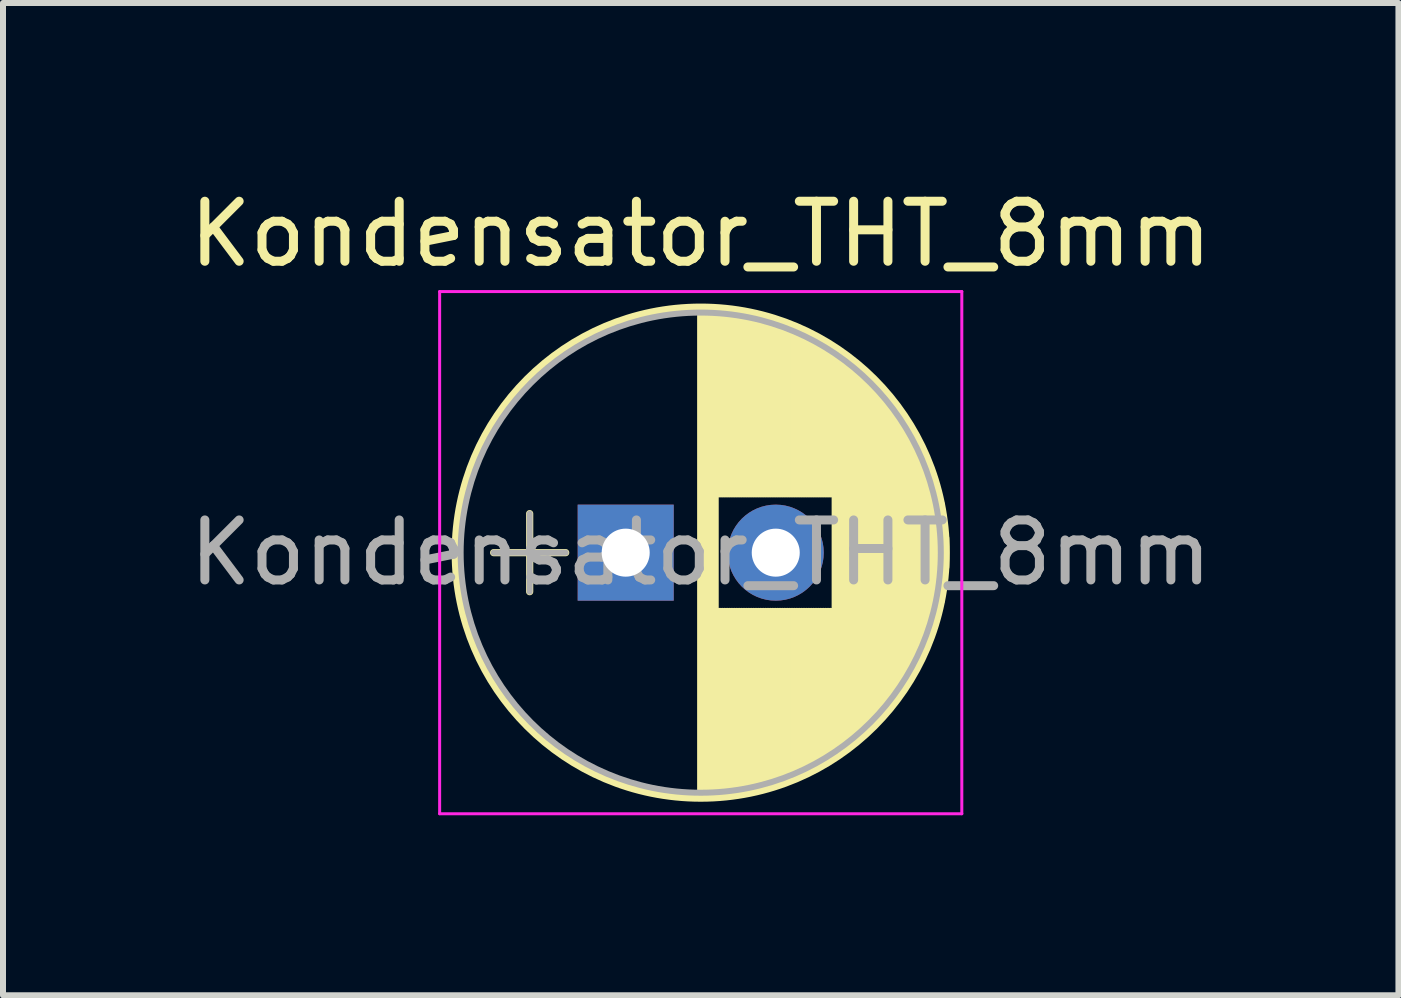
<source format=kicad_pcb>
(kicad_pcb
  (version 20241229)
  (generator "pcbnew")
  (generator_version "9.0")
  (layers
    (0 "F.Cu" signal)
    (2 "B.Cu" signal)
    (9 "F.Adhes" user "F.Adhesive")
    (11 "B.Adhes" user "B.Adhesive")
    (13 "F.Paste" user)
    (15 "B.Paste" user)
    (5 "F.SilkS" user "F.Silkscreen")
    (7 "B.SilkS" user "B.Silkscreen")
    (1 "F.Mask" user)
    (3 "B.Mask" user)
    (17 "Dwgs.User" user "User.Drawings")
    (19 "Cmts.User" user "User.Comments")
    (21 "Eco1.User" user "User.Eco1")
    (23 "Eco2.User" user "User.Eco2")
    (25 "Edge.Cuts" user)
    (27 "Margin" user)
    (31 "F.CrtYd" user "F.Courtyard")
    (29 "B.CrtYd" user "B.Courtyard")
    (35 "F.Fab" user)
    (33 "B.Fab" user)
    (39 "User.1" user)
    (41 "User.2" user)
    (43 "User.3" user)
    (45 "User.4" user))
  (footprint "Kondensator_THT_8mm"
    (layer "F.Cu")
    (at 7.375 6.158)
    (property "Reference" "Kondensator_THT_8mm" (at 1.25 -5.31 0) (layer "F.SilkS") (effects (font (size 1 1) (thickness 0.15))))
    (attr through_hole)
    (fp_line (start -2.2 0) (end -1 0) (stroke (width 0.12) (type solid)) (layer "F.SilkS"))
    (fp_line (start -1.6 -0.65) (end -1.6 0.65) (stroke (width 0.12) (type solid)) (layer "F.SilkS"))
    (fp_line (start 1.25 -4.05) (end 1.25 4.05) (stroke (width 0.12) (type solid)) (layer "F.SilkS"))
    (fp_line (start 1.29 -4.05) (end 1.29 4.05) (stroke (width 0.12) (type solid)) (layer "F.SilkS"))
    (fp_line (start 1.33 -4.05) (end 1.33 4.05) (stroke (width 0.12) (type solid)) (layer "F.SilkS"))
    (fp_line (start 1.37 -4.049) (end 1.37 4.049) (stroke (width 0.12) (type solid)) (layer "F.SilkS"))
    (fp_line (start 1.41 -4.047) (end 1.41 4.047) (stroke (width 0.12) (type solid)) (layer "F.SilkS"))
    (fp_line (start 1.45 -4.046) (end 1.45 4.046) (stroke (width 0.12) (type solid)) (layer "F.SilkS"))
    (fp_line (start 1.49 -4.043) (end 1.49 4.043) (stroke (width 0.12) (type solid)) (layer "F.SilkS"))
    (fp_line (start 1.53 -4.041) (end 1.53 -0.98) (stroke (width 0.12) (type solid)) (layer "F.SilkS"))
    (fp_line (start 1.53 0.98) (end 1.53 4.041) (stroke (width 0.12) (type solid)) (layer "F.SilkS"))
    (fp_line (start 1.57 -4.038) (end 1.57 -0.98) (stroke (width 0.12) (type solid)) (layer "F.SilkS"))
    (fp_line (start 1.57 0.98) (end 1.57 4.038) (stroke (width 0.12) (type solid)) (layer "F.SilkS"))
    (fp_line (start 1.61 -4.035) (end 1.61 -0.98) (stroke (width 0.12) (type solid)) (layer "F.SilkS"))
    (fp_line (start 1.61 0.98) (end 1.61 4.035) (stroke (width 0.12) (type solid)) (layer "F.SilkS"))
    (fp_line (start 1.65 -4.031) (end 1.65 -0.98) (stroke (width 0.12) (type solid)) (layer "F.SilkS"))
    (fp_line (start 1.65 0.98) (end 1.65 4.031) (stroke (width 0.12) (type solid)) (layer "F.SilkS"))
    (fp_line (start 1.69 -4.027) (end 1.69 -0.98) (stroke (width 0.12) (type solid)) (layer "F.SilkS"))
    (fp_line (start 1.69 0.98) (end 1.69 4.027) (stroke (width 0.12) (type solid)) (layer "F.SilkS"))
    (fp_line (start 1.73 -4.022) (end 1.73 -0.98) (stroke (width 0.12) (type solid)) (layer "F.SilkS"))
    (fp_line (start 1.73 0.98) (end 1.73 4.022) (stroke (width 0.12) (type solid)) (layer "F.SilkS"))
    (fp_line (start 1.77 -4.017) (end 1.77 -0.98) (stroke (width 0.12) (type solid)) (layer "F.SilkS"))
    (fp_line (start 1.77 0.98) (end 1.77 4.017) (stroke (width 0.12) (type solid)) (layer "F.SilkS"))
    (fp_line (start 1.81 -4.012) (end 1.81 -0.98) (stroke (width 0.12) (type solid)) (layer "F.SilkS"))
    (fp_line (start 1.81 0.98) (end 1.81 4.012) (stroke (width 0.12) (type solid)) (layer "F.SilkS"))
    (fp_line (start 1.85 -4.006) (end 1.85 -0.98) (stroke (width 0.12) (type solid)) (layer "F.SilkS"))
    (fp_line (start 1.85 0.98) (end 1.85 4.006) (stroke (width 0.12) (type solid)) (layer "F.SilkS"))
    (fp_line (start 1.89 -4) (end 1.89 -0.98) (stroke (width 0.12) (type solid)) (layer "F.SilkS"))
    (fp_line (start 1.89 0.98) (end 1.89 4) (stroke (width 0.12) (type solid)) (layer "F.SilkS"))
    (fp_line (start 1.93 -3.994) (end 1.93 -0.98) (stroke (width 0.12) (type solid)) (layer "F.SilkS"))
    (fp_line (start 1.93 0.98) (end 1.93 3.994) (stroke (width 0.12) (type solid)) (layer "F.SilkS"))
    (fp_line (start 1.971 -3.987) (end 1.971 -0.98) (stroke (width 0.12) (type solid)) (layer "F.SilkS"))
    (fp_line (start 1.971 0.98) (end 1.971 3.987) (stroke (width 0.12) (type solid)) (layer "F.SilkS"))
    (fp_line (start 2.011 -3.979) (end 2.011 -0.98) (stroke (width 0.12) (type solid)) (layer "F.SilkS"))
    (fp_line (start 2.011 0.98) (end 2.011 3.979) (stroke (width 0.12) (type solid)) (layer "F.SilkS"))
    (fp_line (start 2.051 -3.971) (end 2.051 -0.98) (stroke (width 0.12) (type solid)) (layer "F.SilkS"))
    (fp_line (start 2.051 0.98) (end 2.051 3.971) (stroke (width 0.12) (type solid)) (layer "F.SilkS"))
    (fp_line (start 2.091 -3.963) (end 2.091 -0.98) (stroke (width 0.12) (type solid)) (layer "F.SilkS"))
    (fp_line (start 2.091 0.98) (end 2.091 3.963) (stroke (width 0.12) (type solid)) (layer "F.SilkS"))
    (fp_line (start 2.131 -3.955) (end 2.131 -0.98) (stroke (width 0.12) (type solid)) (layer "F.SilkS"))
    (fp_line (start 2.131 0.98) (end 2.131 3.955) (stroke (width 0.12) (type solid)) (layer "F.SilkS"))
    (fp_line (start 2.171 -3.946) (end 2.171 -0.98) (stroke (width 0.12) (type solid)) (layer "F.SilkS"))
    (fp_line (start 2.171 0.98) (end 2.171 3.946) (stroke (width 0.12) (type solid)) (layer "F.SilkS"))
    (fp_line (start 2.211 -3.936) (end 2.211 -0.98) (stroke (width 0.12) (type solid)) (layer "F.SilkS"))
    (fp_line (start 2.211 0.98) (end 2.211 3.936) (stroke (width 0.12) (type solid)) (layer "F.SilkS"))
    (fp_line (start 2.251 -3.926) (end 2.251 -0.98) (stroke (width 0.12) (type solid)) (layer "F.SilkS"))
    (fp_line (start 2.251 0.98) (end 2.251 3.926) (stroke (width 0.12) (type solid)) (layer "F.SilkS"))
    (fp_line (start 2.291 -3.916) (end 2.291 -0.98) (stroke (width 0.12) (type solid)) (layer "F.SilkS"))
    (fp_line (start 2.291 0.98) (end 2.291 3.916) (stroke (width 0.12) (type solid)) (layer "F.SilkS"))
    (fp_line (start 2.331 -3.905) (end 2.331 -0.98) (stroke (width 0.12) (type solid)) (layer "F.SilkS"))
    (fp_line (start 2.331 0.98) (end 2.331 3.905) (stroke (width 0.12) (type solid)) (layer "F.SilkS"))
    (fp_line (start 2.371 -3.894) (end 2.371 -0.98) (stroke (width 0.12) (type solid)) (layer "F.SilkS"))
    (fp_line (start 2.371 0.98) (end 2.371 3.894) (stroke (width 0.12) (type solid)) (layer "F.SilkS"))
    (fp_line (start 2.411 -3.883) (end 2.411 -0.98) (stroke (width 0.12) (type solid)) (layer "F.SilkS"))
    (fp_line (start 2.411 0.98) (end 2.411 3.883) (stroke (width 0.12) (type solid)) (layer "F.SilkS"))
    (fp_line (start 2.451 -3.87) (end 2.451 -0.98) (stroke (width 0.12) (type solid)) (layer "F.SilkS"))
    (fp_line (start 2.451 0.98) (end 2.451 3.87) (stroke (width 0.12) (type solid)) (layer "F.SilkS"))
    (fp_line (start 2.491 -3.858) (end 2.491 -0.98) (stroke (width 0.12) (type solid)) (layer "F.SilkS"))
    (fp_line (start 2.491 0.98) (end 2.491 3.858) (stroke (width 0.12) (type solid)) (layer "F.SilkS"))
    (fp_line (start 2.531 -3.845) (end 2.531 -0.98) (stroke (width 0.12) (type solid)) (layer "F.SilkS"))
    (fp_line (start 2.531 0.98) (end 2.531 3.845) (stroke (width 0.12) (type solid)) (layer "F.SilkS"))
    (fp_line (start 2.571 -3.832) (end 2.571 -0.98) (stroke (width 0.12) (type solid)) (layer "F.SilkS"))
    (fp_line (start 2.571 0.98) (end 2.571 3.832) (stroke (width 0.12) (type solid)) (layer "F.SilkS"))
    (fp_line (start 2.611 -3.818) (end 2.611 -0.98) (stroke (width 0.12) (type solid)) (layer "F.SilkS"))
    (fp_line (start 2.611 0.98) (end 2.611 3.818) (stroke (width 0.12) (type solid)) (layer "F.SilkS"))
    (fp_line (start 2.651 -3.803) (end 2.651 -0.98) (stroke (width 0.12) (type solid)) (layer "F.SilkS"))
    (fp_line (start 2.651 0.98) (end 2.651 3.803) (stroke (width 0.12) (type solid)) (layer "F.SilkS"))
    (fp_line (start 2.691 -3.789) (end 2.691 -0.98) (stroke (width 0.12) (type solid)) (layer "F.SilkS"))
    (fp_line (start 2.691 0.98) (end 2.691 3.789) (stroke (width 0.12) (type solid)) (layer "F.SilkS"))
    (fp_line (start 2.731 -3.773) (end 2.731 -0.98) (stroke (width 0.12) (type solid)) (layer "F.SilkS"))
    (fp_line (start 2.731 0.98) (end 2.731 3.773) (stroke (width 0.12) (type solid)) (layer "F.SilkS"))
    (fp_line (start 2.771 -3.758) (end 2.771 -0.98) (stroke (width 0.12) (type solid)) (layer "F.SilkS"))
    (fp_line (start 2.771 0.98) (end 2.771 3.758) (stroke (width 0.12) (type solid)) (layer "F.SilkS"))
    (fp_line (start 2.811 -3.741) (end 2.811 -0.98) (stroke (width 0.12) (type solid)) (layer "F.SilkS"))
    (fp_line (start 2.811 0.98) (end 2.811 3.741) (stroke (width 0.12) (type solid)) (layer "F.SilkS"))
    (fp_line (start 2.851 -3.725) (end 2.851 -0.98) (stroke (width 0.12) (type solid)) (layer "F.SilkS"))
    (fp_line (start 2.851 0.98) (end 2.851 3.725) (stroke (width 0.12) (type solid)) (layer "F.SilkS"))
    (fp_line (start 2.891 -3.707) (end 2.891 -0.98) (stroke (width 0.12) (type solid)) (layer "F.SilkS"))
    (fp_line (start 2.891 0.98) (end 2.891 3.707) (stroke (width 0.12) (type solid)) (layer "F.SilkS"))
    (fp_line (start 2.931 -3.69) (end 2.931 -0.98) (stroke (width 0.12) (type solid)) (layer "F.SilkS"))
    (fp_line (start 2.931 0.98) (end 2.931 3.69) (stroke (width 0.12) (type solid)) (layer "F.SilkS"))
    (fp_line (start 2.971 -3.671) (end 2.971 -0.98) (stroke (width 0.12) (type solid)) (layer "F.SilkS"))
    (fp_line (start 2.971 0.98) (end 2.971 3.671) (stroke (width 0.12) (type solid)) (layer "F.SilkS"))
    (fp_line (start 3.011 -3.652) (end 3.011 -0.98) (stroke (width 0.12) (type solid)) (layer "F.SilkS"))
    (fp_line (start 3.011 0.98) (end 3.011 3.652) (stroke (width 0.12) (type solid)) (layer "F.SilkS"))
    (fp_line (start 3.051 -3.633) (end 3.051 -0.98) (stroke (width 0.12) (type solid)) (layer "F.SilkS"))
    (fp_line (start 3.051 0.98) (end 3.051 3.633) (stroke (width 0.12) (type solid)) (layer "F.SilkS"))
    (fp_line (start 3.091 -3.613) (end 3.091 -0.98) (stroke (width 0.12) (type solid)) (layer "F.SilkS"))
    (fp_line (start 3.091 0.98) (end 3.091 3.613) (stroke (width 0.12) (type solid)) (layer "F.SilkS"))
    (fp_line (start 3.131 -3.593) (end 3.131 -0.98) (stroke (width 0.12) (type solid)) (layer "F.SilkS"))
    (fp_line (start 3.131 0.98) (end 3.131 3.593) (stroke (width 0.12) (type solid)) (layer "F.SilkS"))
    (fp_line (start 3.171 -3.572) (end 3.171 -0.98) (stroke (width 0.12) (type solid)) (layer "F.SilkS"))
    (fp_line (start 3.171 0.98) (end 3.171 3.572) (stroke (width 0.12) (type solid)) (layer "F.SilkS"))
    (fp_line (start 3.211 -3.55) (end 3.211 -0.98) (stroke (width 0.12) (type solid)) (layer "F.SilkS"))
    (fp_line (start 3.211 0.98) (end 3.211 3.55) (stroke (width 0.12) (type solid)) (layer "F.SilkS"))
    (fp_line (start 3.251 -3.528) (end 3.251 -0.98) (stroke (width 0.12) (type solid)) (layer "F.SilkS"))
    (fp_line (start 3.251 0.98) (end 3.251 3.528) (stroke (width 0.12) (type solid)) (layer "F.SilkS"))
    (fp_line (start 3.291 -3.505) (end 3.291 -0.98) (stroke (width 0.12) (type solid)) (layer "F.SilkS"))
    (fp_line (start 3.291 0.98) (end 3.291 3.505) (stroke (width 0.12) (type solid)) (layer "F.SilkS"))
    (fp_line (start 3.331 -3.482) (end 3.331 -0.98) (stroke (width 0.12) (type solid)) (layer "F.SilkS"))
    (fp_line (start 3.331 0.98) (end 3.331 3.482) (stroke (width 0.12) (type solid)) (layer "F.SilkS"))
    (fp_line (start 3.371 -3.458) (end 3.371 -0.98) (stroke (width 0.12) (type solid)) (layer "F.SilkS"))
    (fp_line (start 3.371 0.98) (end 3.371 3.458) (stroke (width 0.12) (type solid)) (layer "F.SilkS"))
    (fp_line (start 3.411 -3.434) (end 3.411 -0.98) (stroke (width 0.12) (type solid)) (layer "F.SilkS"))
    (fp_line (start 3.411 0.98) (end 3.411 3.434) (stroke (width 0.12) (type solid)) (layer "F.SilkS"))
    (fp_line (start 3.451 -3.408) (end 3.451 -0.98) (stroke (width 0.12) (type solid)) (layer "F.SilkS"))
    (fp_line (start 3.451 0.98) (end 3.451 3.408) (stroke (width 0.12) (type solid)) (layer "F.SilkS"))
    (fp_line (start 3.491 -3.383) (end 3.491 3.383) (stroke (width 0.12) (type solid)) (layer "F.SilkS"))
    (fp_line (start 3.531 -3.356) (end 3.531 3.356) (stroke (width 0.12) (type solid)) (layer "F.SilkS"))
    (fp_line (start 3.571 -3.329) (end 3.571 3.329) (stroke (width 0.12) (type solid)) (layer "F.SilkS"))
    (fp_line (start 3.611 -3.301) (end 3.611 3.301) (stroke (width 0.12) (type solid)) (layer "F.SilkS"))
    (fp_line (start 3.651 -3.272) (end 3.651 3.272) (stroke (width 0.12) (type solid)) (layer "F.SilkS"))
    (fp_line (start 3.691 -3.243) (end 3.691 3.243) (stroke (width 0.12) (type solid)) (layer "F.SilkS"))
    (fp_line (start 3.731 -3.213) (end 3.731 3.213) (stroke (width 0.12) (type solid)) (layer "F.SilkS"))
    (fp_line (start 3.771 -3.182) (end 3.771 3.182) (stroke (width 0.12) (type solid)) (layer "F.SilkS"))
    (fp_line (start 3.811 -3.15) (end 3.811 3.15) (stroke (width 0.12) (type solid)) (layer "F.SilkS"))
    (fp_line (start 3.851 -3.118) (end 3.851 3.118) (stroke (width 0.12) (type solid)) (layer "F.SilkS"))
    (fp_line (start 3.891 -3.084) (end 3.891 3.084) (stroke (width 0.12) (type solid)) (layer "F.SilkS"))
    (fp_line (start 3.931 -3.05) (end 3.931 3.05) (stroke (width 0.12) (type solid)) (layer "F.SilkS"))
    (fp_line (start 3.971 -3.015) (end 3.971 3.015) (stroke (width 0.12) (type solid)) (layer "F.SilkS"))
    (fp_line (start 4.011 -2.979) (end 4.011 2.979) (stroke (width 0.12) (type solid)) (layer "F.SilkS"))
    (fp_line (start 4.051 -2.942) (end 4.051 2.942) (stroke (width 0.12) (type solid)) (layer "F.SilkS"))
    (fp_line (start 4.091 -2.904) (end 4.091 2.904) (stroke (width 0.12) (type solid)) (layer "F.SilkS"))
    (fp_line (start 4.131 -2.865) (end 4.131 2.865) (stroke (width 0.12) (type solid)) (layer "F.SilkS"))
    (fp_line (start 4.171 -2.824) (end 4.171 2.824) (stroke (width 0.12) (type solid)) (layer "F.SilkS"))
    (fp_line (start 4.211 -2.783) (end 4.211 2.783) (stroke (width 0.12) (type solid)) (layer "F.SilkS"))
    (fp_line (start 4.251 -2.74) (end 4.251 2.74) (stroke (width 0.12) (type solid)) (layer "F.SilkS"))
    (fp_line (start 4.291 -2.697) (end 4.291 2.697) (stroke (width 0.12) (type solid)) (layer "F.SilkS"))
    (fp_line (start 4.331 -2.652) (end 4.331 2.652) (stroke (width 0.12) (type solid)) (layer "F.SilkS"))
    (fp_line (start 4.371 -2.605) (end 4.371 2.605) (stroke (width 0.12) (type solid)) (layer "F.SilkS"))
    (fp_line (start 4.411 -2.557) (end 4.411 2.557) (stroke (width 0.12) (type solid)) (layer "F.SilkS"))
    (fp_line (start 4.451 -2.508) (end 4.451 2.508) (stroke (width 0.12) (type solid)) (layer "F.SilkS"))
    (fp_line (start 4.491 -2.457) (end 4.491 2.457) (stroke (width 0.12) (type solid)) (layer "F.SilkS"))
    (fp_line (start 4.531 -2.404) (end 4.531 2.404) (stroke (width 0.12) (type solid)) (layer "F.SilkS"))
    (fp_line (start 4.571 -2.349) (end 4.571 2.349) (stroke (width 0.12) (type solid)) (layer "F.SilkS"))
    (fp_line (start 4.611 -2.293) (end 4.611 2.293) (stroke (width 0.12) (type solid)) (layer "F.SilkS"))
    (fp_line (start 4.651 -2.234) (end 4.651 2.234) (stroke (width 0.12) (type solid)) (layer "F.SilkS"))
    (fp_line (start 4.691 -2.173) (end 4.691 2.173) (stroke (width 0.12) (type solid)) (layer "F.SilkS"))
    (fp_line (start 4.731 -2.109) (end 4.731 2.109) (stroke (width 0.12) (type solid)) (layer "F.SilkS"))
    (fp_line (start 4.771 -2.043) (end 4.771 2.043) (stroke (width 0.12) (type solid)) (layer "F.SilkS"))
    (fp_line (start 4.811 -1.974) (end 4.811 1.974) (stroke (width 0.12) (type solid)) (layer "F.SilkS"))
    (fp_line (start 4.851 -1.902) (end 4.851 1.902) (stroke (width 0.12) (type solid)) (layer "F.SilkS"))
    (fp_line (start 4.891 -1.826) (end 4.891 1.826) (stroke (width 0.12) (type solid)) (layer "F.SilkS"))
    (fp_line (start 4.931 -1.745) (end 4.931 1.745) (stroke (width 0.12) (type solid)) (layer "F.SilkS"))
    (fp_line (start 4.971 -1.66) (end 4.971 1.66) (stroke (width 0.12) (type solid)) (layer "F.SilkS"))
    (fp_line (start 5.011 -1.57) (end 5.011 1.57) (stroke (width 0.12) (type solid)) (layer "F.SilkS"))
    (fp_line (start 5.051 -1.473) (end 5.051 1.473) (stroke (width 0.12) (type solid)) (layer "F.SilkS"))
    (fp_line (start 5.091 -1.369) (end 5.091 1.369) (stroke (width 0.12) (type solid)) (layer "F.SilkS"))
    (fp_line (start 5.131 -1.254) (end 5.131 1.254) (stroke (width 0.12) (type solid)) (layer "F.SilkS"))
    (fp_line (start 5.171 -1.127) (end 5.171 1.127) (stroke (width 0.12) (type solid)) (layer "F.SilkS"))
    (fp_line (start 5.211 -0.983) (end 5.211 0.983) (stroke (width 0.12) (type solid)) (layer "F.SilkS"))
    (fp_line (start 5.251 -0.814) (end 5.251 0.814) (stroke (width 0.12) (type solid)) (layer "F.SilkS"))
    (fp_line (start 5.291 -0.598) (end 5.291 0.598) (stroke (width 0.12) (type solid)) (layer "F.SilkS"))
    (fp_line (start 5.331 -0.246) (end 5.331 0.246) (stroke (width 0.12) (type solid)) (layer "F.SilkS"))
    (fp_circle (center 1.25 0) (end 5.34 0) (stroke (width 0.12) (type solid)) (fill no) (layer "F.SilkS"))
    (fp_line (start -3.1 -4.35) (end -3.1 4.35) (stroke (width 0.05) (type solid)) (layer "F.CrtYd"))
    (fp_line (start -3.1 4.35) (end 5.6 4.35) (stroke (width 0.05) (type solid)) (layer "F.CrtYd"))
    (fp_line (start 5.6 -4.35) (end -3.1 -4.35) (stroke (width 0.05) (type solid)) (layer "F.CrtYd"))
    (fp_line (start 5.6 4.35) (end 5.6 -4.35) (stroke (width 0.05) (type solid)) (layer "F.CrtYd"))
    (fp_line (start -2.2 0) (end -1 0) (stroke (width 0.1) (type solid)) (layer "F.Fab"))
    (fp_line (start -1.6 -0.65) (end -1.6 0.65) (stroke (width 0.1) (type solid)) (layer "F.Fab"))
    (fp_circle (center 1.25 0) (end 5.25 0) (stroke (width 0.1) (type solid)) (fill no) (layer "F.Fab"))
    (fp_text user "${REFERENCE}" (at 1.25 0 0) (layer "F.Fab") (effects (font (size 1 1) (thickness 0.15))))
    (pad "1" thru_hole rect (at 0 0) (size 1.6 1.6) (drill 0.8) (layers "*.Cu" "*.Mask"))
    (pad "2" thru_hole circle (at 2.5 0) (size 1.6 1.6) (drill 0.8) (layers "*.Cu" "*.Mask")))
  (gr_rect
    (start -3 -3)
    (end 20.25 13.533)
    (stroke (width 0.1) (type default))
    (fill no)
    (layer "Edge.Cuts")))
</source>
